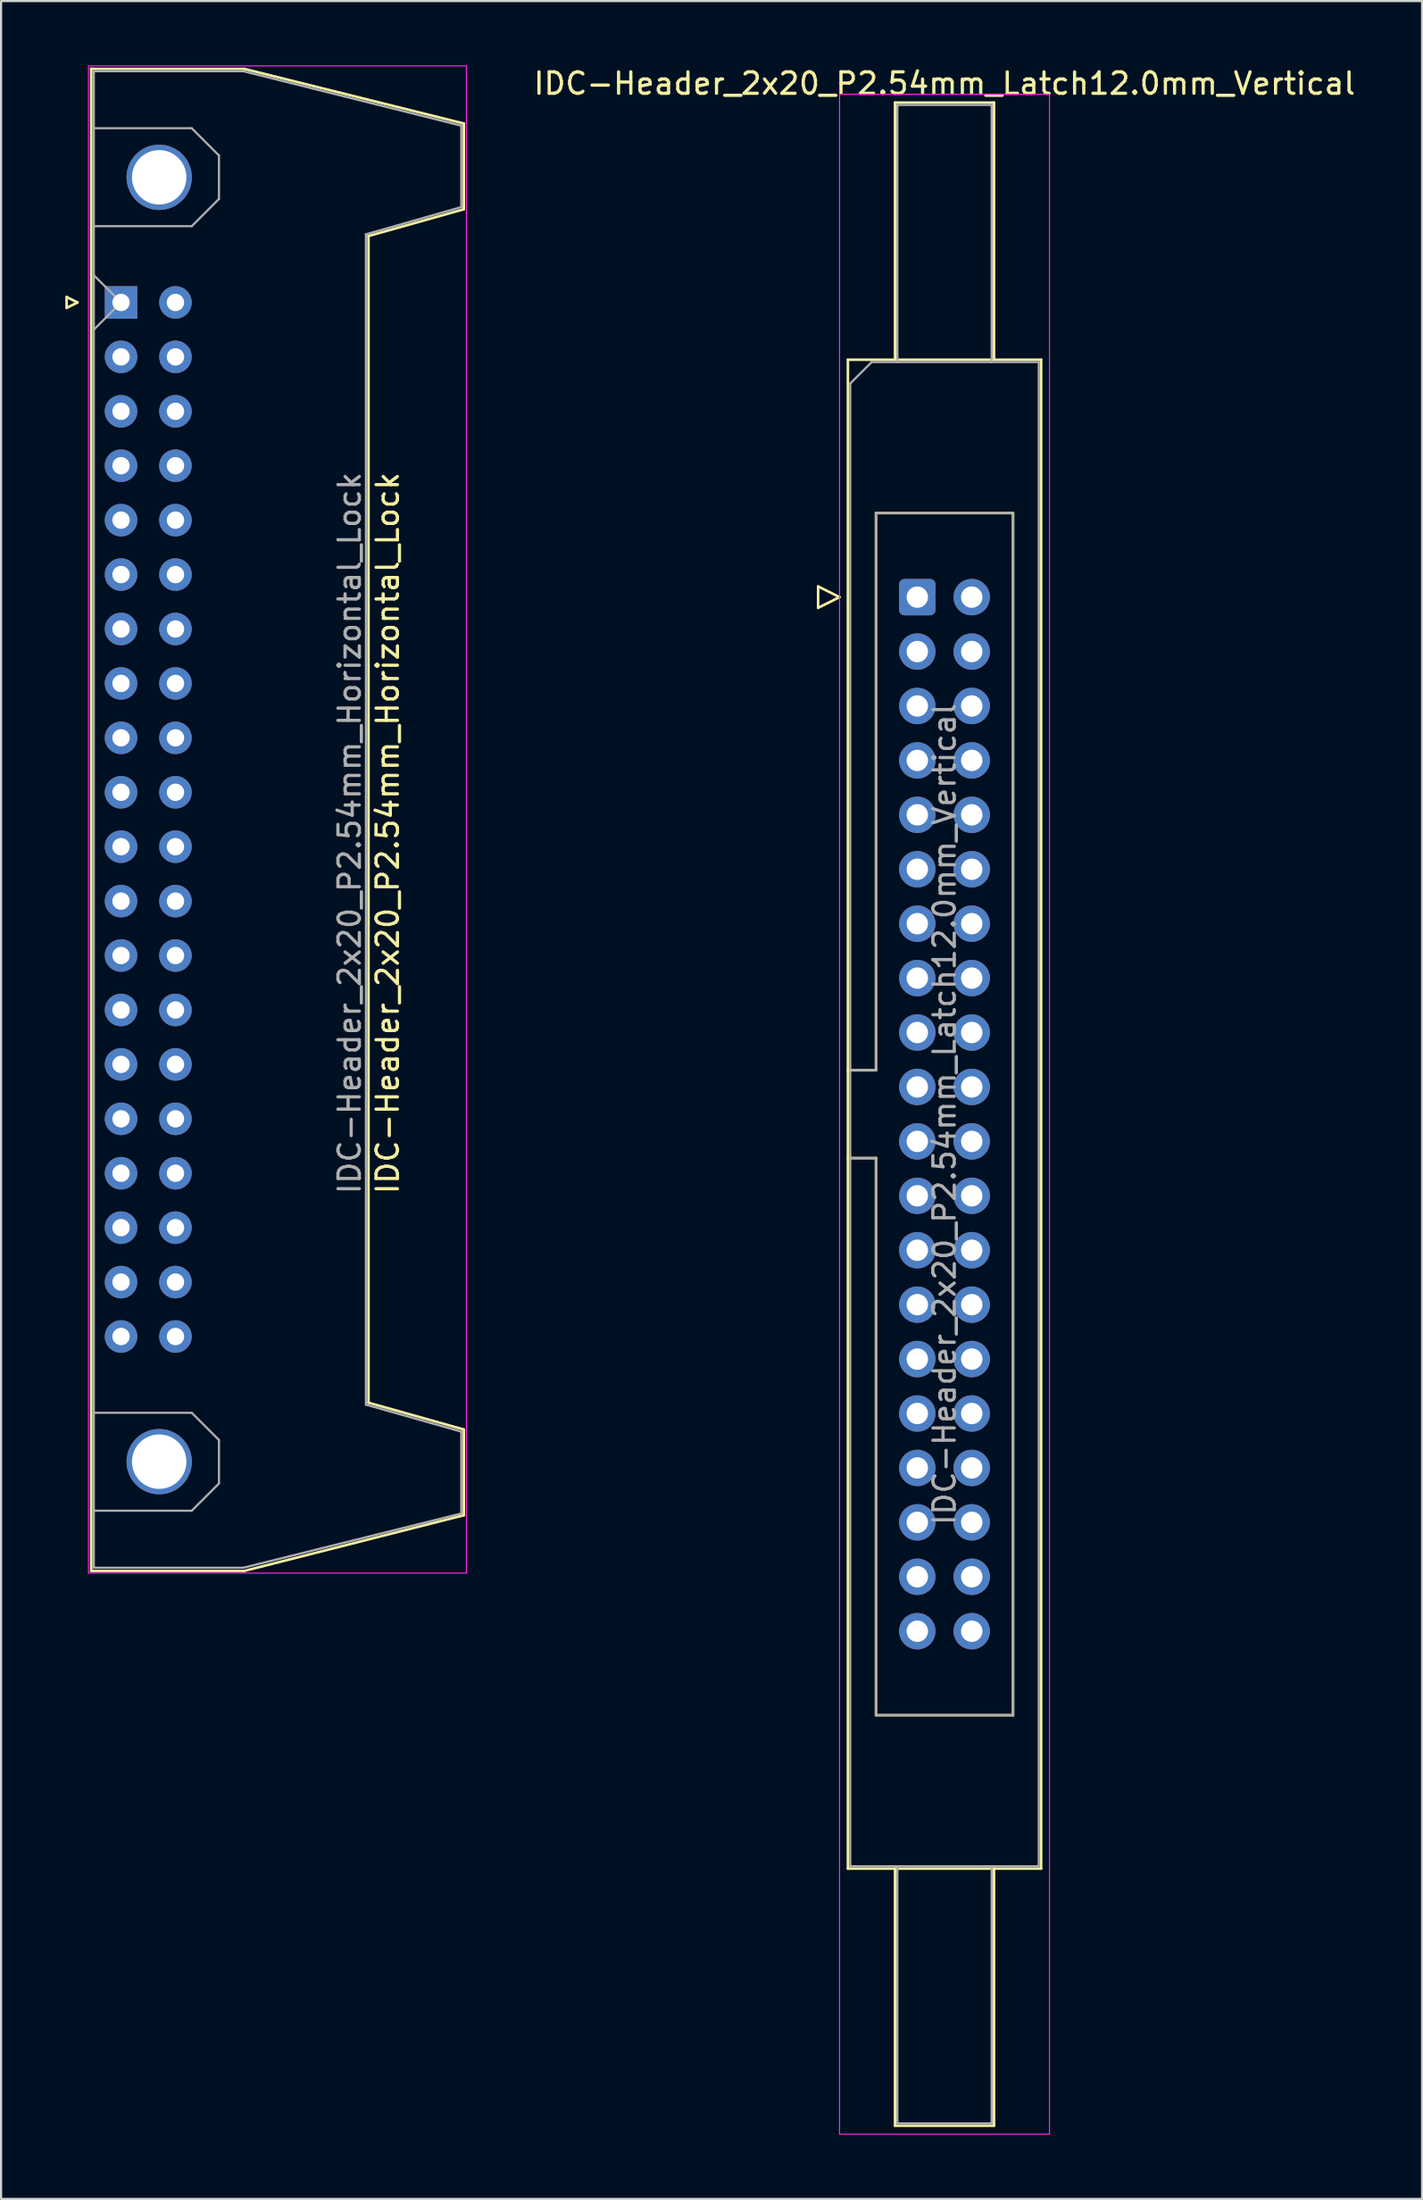
<source format=kicad_pcb>
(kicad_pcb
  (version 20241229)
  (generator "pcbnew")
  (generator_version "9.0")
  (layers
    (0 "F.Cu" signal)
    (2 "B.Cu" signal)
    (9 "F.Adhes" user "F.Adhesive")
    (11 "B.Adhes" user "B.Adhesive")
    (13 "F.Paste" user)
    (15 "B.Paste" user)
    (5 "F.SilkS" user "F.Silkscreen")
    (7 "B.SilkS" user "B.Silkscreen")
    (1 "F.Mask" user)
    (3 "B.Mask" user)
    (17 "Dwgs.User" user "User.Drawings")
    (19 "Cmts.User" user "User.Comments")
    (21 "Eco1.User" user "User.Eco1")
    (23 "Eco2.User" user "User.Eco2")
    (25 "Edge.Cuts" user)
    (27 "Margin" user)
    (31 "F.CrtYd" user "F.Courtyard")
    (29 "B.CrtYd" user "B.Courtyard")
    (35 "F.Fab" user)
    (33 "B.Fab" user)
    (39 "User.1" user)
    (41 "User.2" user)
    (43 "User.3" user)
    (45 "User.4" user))
  (footprint "IDC-Header_2x20_P2.54mm_Horizontal_Lock"
    (layer "F.Cu")
    (at 2.6 11.065)
    (property "Reference" "IDC-Header_2x20_P2.54mm_Horizontal_Lock" (at 12.446 24.765 270) (layer "F.SilkS") (effects (font (size 1 1) (thickness 0.15))))
    (attr through_hole)
    (fp_line (start -2.54 -0.254) (end -2.54 0.254) (stroke (width 0.12) (type solid)) (layer "F.SilkS"))
    (fp_line (start -2.54 0.254) (end -2.032 0) (stroke (width 0.12) (type solid)) (layer "F.SilkS"))
    (fp_line (start -2.032 0) (end -2.54 -0.254) (stroke (width 0.12) (type solid)) (layer "F.SilkS"))
    (fp_line (start -1.4 -10.9) (end 5.75 -10.9) (stroke (width 0.12) (type solid)) (layer "F.SilkS"))
    (fp_line (start -1.4 59.2) (end 5.75 59.2) (stroke (width 0.12) (type solid)) (layer "F.SilkS"))
    (fp_line (start -1.39 59.17) (end -1.39 -10.91) (stroke (width 0.12) (type solid)) (layer "F.SilkS"))
    (fp_line (start 5.75 -10.9) (end 16 -8.35) (stroke (width 0.12) (type solid)) (layer "F.SilkS"))
    (fp_line (start 11.55 -3.1) (end 11.55 51.35) (stroke (width 0.12) (type solid)) (layer "F.SilkS"))
    (fp_line (start 11.55 51.35) (end 16 52.6) (stroke (width 0.12) (type solid)) (layer "F.SilkS"))
    (fp_line (start 16 -8.35) (end 16 -4.4) (stroke (width 0.12) (type solid)) (layer "F.SilkS"))
    (fp_line (start 16 -4.4) (end 16 -4.35) (stroke (width 0.12) (type solid)) (layer "F.SilkS"))
    (fp_line (start 16 -4.35) (end 11.55 -3.1) (stroke (width 0.12) (type solid)) (layer "F.SilkS"))
    (fp_line (start 16 52.6) (end 16 56.6) (stroke (width 0.12) (type solid)) (layer "F.SilkS"))
    (fp_line (start 16 56.6) (end 5.75 59.2) (stroke (width 0.12) (type solid)) (layer "F.SilkS"))
    (fp_line (start -1.52 59.3) (end -1.52 -11.04) (stroke (width 0.05) (type solid)) (layer "F.CrtYd"))
    (fp_line (start -1.52 59.3) (end 16.12 59.3) (stroke (width 0.05) (type solid)) (layer "F.CrtYd"))
    (fp_line (start 16.12 -11.04) (end -1.52 -11.04) (stroke (width 0.05) (type solid)) (layer "F.CrtYd"))
    (fp_line (start 16.12 -11.04) (end 16.12 59.3) (stroke (width 0.05) (type solid)) (layer "F.CrtYd"))
    (fp_line (start -1.27 -10.79) (end -1.27 59.05) (stroke (width 0.1) (type solid)) (layer "F.Fab"))
    (fp_line (start -1.27 -8.13) (end 3.3 -8.13) (stroke (width 0.1) (type solid)) (layer "F.Fab"))
    (fp_line (start -1.27 -1.27) (end 0 0) (stroke (width 0.1) (type solid)) (layer "F.Fab"))
    (fp_line (start -1.27 51.82) (end 3.3 51.82) (stroke (width 0.1) (type solid)) (layer "F.Fab"))
    (fp_line (start -1.27 59.05) (end 5.71 59.05) (stroke (width 0.1) (type solid)) (layer "F.Fab"))
    (fp_line (start 0 0) (end -1.27 1.27) (stroke (width 0.1) (type solid)) (layer "F.Fab"))
    (fp_line (start 3.3 -8.13) (end 4.57 -6.86) (stroke (width 0.1) (type solid)) (layer "F.Fab"))
    (fp_line (start 3.3 -3.56) (end -1.27 -3.56) (stroke (width 0.1) (type solid)) (layer "F.Fab"))
    (fp_line (start 3.3 51.82) (end 4.57 53.09) (stroke (width 0.1) (type solid)) (layer "F.Fab"))
    (fp_line (start 3.3 56.39) (end -1.27 56.39) (stroke (width 0.1) (type solid)) (layer "F.Fab"))
    (fp_line (start 4.57 -6.86) (end 4.57 -4.83) (stroke (width 0.1) (type solid)) (layer "F.Fab"))
    (fp_line (start 4.57 -4.83) (end 3.3 -3.56) (stroke (width 0.1) (type solid)) (layer "F.Fab"))
    (fp_line (start 4.57 53.09) (end 4.57 55.12) (stroke (width 0.1) (type solid)) (layer "F.Fab"))
    (fp_line (start 4.57 55.12) (end 3.3 56.39) (stroke (width 0.1) (type solid)) (layer "F.Fab"))
    (fp_line (start 5.71 -10.79) (end -1.27 -10.79) (stroke (width 0.1) (type solid)) (layer "F.Fab"))
    (fp_line (start 5.71 59.05) (end 15.88 56.52) (stroke (width 0.1) (type solid)) (layer "F.Fab"))
    (fp_line (start 11.43 51.44) (end 11.43 -3.18) (stroke (width 0.1) (type solid)) (layer "F.Fab"))
    (fp_line (start 15.88 -8.25) (end 5.71 -10.79) (stroke (width 0.1) (type solid)) (layer "F.Fab"))
    (fp_line (start 15.88 -8.25) (end 15.88 -4.45) (stroke (width 0.1) (type solid)) (layer "F.Fab"))
    (fp_line (start 15.88 -4.45) (end 11.43 -3.18) (stroke (width 0.1) (type solid)) (layer "F.Fab"))
    (fp_line (start 15.88 52.7) (end 11.43 51.44) (stroke (width 0.1) (type solid)) (layer "F.Fab"))
    (fp_line (start 15.88 56.52) (end 15.88 52.7) (stroke (width 0.1) (type solid)) (layer "F.Fab"))
    (fp_text user "${REFERENCE}" (at 10.668 24.765 90) (layer "F.Fab") (effects (font (size 1 1) (thickness 0.15))))
    (pad "0" thru_hole circle (at 1.78 -5.84 270) (size 3.05 3.05) (drill 2.54) (layers "*.Cu" "*.Mask"))
    (pad "0" thru_hole circle (at 1.78 54.1 270) (size 3.05 3.05) (drill 2.54) (layers "*.Cu" "*.Mask"))
    (pad "1" thru_hole rect (at 0 0 270) (size 1.52 1.52) (drill 0.81) (layers "*.Cu" "*.Mask"))
    (pad "2" thru_hole circle (at 2.54 0 270) (size 1.52 1.52) (drill 0.81) (layers "*.Cu" "*.Mask"))
    (pad "3" thru_hole circle (at 0 2.54 270) (size 1.52 1.52) (drill 0.81) (layers "*.Cu" "*.Mask"))
    (pad "4" thru_hole circle (at 2.54 2.54 270) (size 1.52 1.52) (drill 0.81) (layers "*.Cu" "*.Mask"))
    (pad "5" thru_hole circle (at 0 5.08 270) (size 1.52 1.52) (drill 0.81) (layers "*.Cu" "*.Mask"))
    (pad "6" thru_hole circle (at 2.54 5.08 270) (size 1.52 1.52) (drill 0.81) (layers "*.Cu" "*.Mask"))
    (pad "7" thru_hole circle (at 0 7.62 270) (size 1.52 1.52) (drill 0.81) (layers "*.Cu" "*.Mask"))
    (pad "8" thru_hole circle (at 2.54 7.62 270) (size 1.52 1.52) (drill 0.81) (layers "*.Cu" "*.Mask"))
    (pad "9" thru_hole circle (at 0 10.16 270) (size 1.52 1.52) (drill 0.81) (layers "*.Cu" "*.Mask"))
    (pad "10" thru_hole circle (at 2.54 10.16 270) (size 1.52 1.52) (drill 0.81) (layers "*.Cu" "*.Mask"))
    (pad "11" thru_hole circle (at 0 12.7 270) (size 1.52 1.52) (drill 0.81) (layers "*.Cu" "*.Mask"))
    (pad "12" thru_hole circle (at 2.54 12.7 270) (size 1.52 1.52) (drill 0.81) (layers "*.Cu" "*.Mask"))
    (pad "13" thru_hole circle (at 0 15.24 270) (size 1.52 1.52) (drill 0.81) (layers "*.Cu" "*.Mask"))
    (pad "14" thru_hole circle (at 2.54 15.24 270) (size 1.52 1.52) (drill 0.81) (layers "*.Cu" "*.Mask"))
    (pad "15" thru_hole circle (at 0 17.78 270) (size 1.52 1.52) (drill 0.81) (layers "*.Cu" "*.Mask"))
    (pad "16" thru_hole circle (at 2.54 17.78 270) (size 1.52 1.52) (drill 0.81) (layers "*.Cu" "*.Mask"))
    (pad "17" thru_hole circle (at 0 20.32 270) (size 1.52 1.52) (drill 0.81) (layers "*.Cu" "*.Mask"))
    (pad "18" thru_hole circle (at 2.54 20.32 270) (size 1.52 1.52) (drill 0.81) (layers "*.Cu" "*.Mask"))
    (pad "19" thru_hole circle (at 0 22.86 270) (size 1.52 1.52) (drill 0.81) (layers "*.Cu" "*.Mask"))
    (pad "20" thru_hole circle (at 2.54 22.86 270) (size 1.52 1.52) (drill 0.81) (layers "*.Cu" "*.Mask"))
    (pad "21" thru_hole circle (at 0 25.4 270) (size 1.52 1.52) (drill 0.81) (layers "*.Cu" "*.Mask"))
    (pad "22" thru_hole circle (at 2.54 25.4 270) (size 1.52 1.52) (drill 0.81) (layers "*.Cu" "*.Mask"))
    (pad "23" thru_hole circle (at 0 27.94 270) (size 1.52 1.52) (drill 0.81) (layers "*.Cu" "*.Mask"))
    (pad "24" thru_hole circle (at 2.54 27.94 270) (size 1.52 1.52) (drill 0.81) (layers "*.Cu" "*.Mask"))
    (pad "25" thru_hole circle (at 0 30.48 270) (size 1.52 1.52) (drill 0.81) (layers "*.Cu" "*.Mask"))
    (pad "26" thru_hole circle (at 2.54 30.48 270) (size 1.52 1.52) (drill 0.81) (layers "*.Cu" "*.Mask"))
    (pad "27" thru_hole circle (at 0 33.02 270) (size 1.52 1.52) (drill 0.81) (layers "*.Cu" "*.Mask"))
    (pad "28" thru_hole circle (at 2.54 33.02 270) (size 1.52 1.52) (drill 0.81) (layers "*.Cu" "*.Mask"))
    (pad "29" thru_hole circle (at 0 35.56 270) (size 1.52 1.52) (drill 0.81) (layers "*.Cu" "*.Mask"))
    (pad "30" thru_hole circle (at 2.54 35.56 270) (size 1.52 1.52) (drill 0.81) (layers "*.Cu" "*.Mask"))
    (pad "31" thru_hole circle (at 0 38.1 270) (size 1.52 1.52) (drill 0.81) (layers "*.Cu" "*.Mask"))
    (pad "32" thru_hole circle (at 2.54 38.1 270) (size 1.52 1.52) (drill 0.81) (layers "*.Cu" "*.Mask"))
    (pad "33" thru_hole circle (at 0 40.64 270) (size 1.52 1.52) (drill 0.81) (layers "*.Cu" "*.Mask"))
    (pad "34" thru_hole circle (at 2.54 40.64 270) (size 1.52 1.52) (drill 0.81) (layers "*.Cu" "*.Mask"))
    (pad "35" thru_hole circle (at 0 43.18 270) (size 1.52 1.52) (drill 0.81) (layers "*.Cu" "*.Mask"))
    (pad "36" thru_hole circle (at 2.54 43.18 270) (size 1.52 1.52) (drill 0.81) (layers "*.Cu" "*.Mask"))
    (pad "37" thru_hole circle (at 0 45.72 270) (size 1.52 1.52) (drill 0.81) (layers "*.Cu" "*.Mask"))
    (pad "38" thru_hole circle (at 2.54 45.72 270) (size 1.52 1.52) (drill 0.81) (layers "*.Cu" "*.Mask"))
    (pad "39" thru_hole circle (at 0 48.26 270) (size 1.52 1.52) (drill 0.81) (layers "*.Cu" "*.Mask"))
    (pad "40" thru_hole circle (at 2.54 48.26 270) (size 1.52 1.52) (drill 0.81) (layers "*.Cu" "*.Mask")))
  (footprint "IDC-Header_2x20_P2.54mm_Latch12.0mm_Vertical"
    (layer "F.Cu")
    (at 39.767 24.818)
    (property "Reference" "IDC-Header_2x20_P2.54mm_Latch12.0mm_Vertical" (at 1.27 -23.97 0) (layer "F.SilkS") (effects (font (size 1 1) (thickness 0.15))))
    (attr through_hole)
    (fp_line (start -4.63 -0.5) (end -4.63 0.5) (stroke (width 0.12) (type solid)) (layer "F.SilkS"))
    (fp_line (start -4.63 0.5) (end -3.63 0) (stroke (width 0.12) (type solid)) (layer "F.SilkS"))
    (fp_line (start -3.63 0) (end -4.63 -0.5) (stroke (width 0.12) (type solid)) (layer "F.SilkS"))
    (fp_line (start -3.24 -11.08) (end 5.78 -11.08) (stroke (width 0.12) (type solid)) (layer "F.SilkS"))
    (fp_line (start -3.24 22.08) (end -1.93 22.08) (stroke (width 0.12) (type solid)) (layer "F.SilkS"))
    (fp_line (start -3.24 59.34) (end -3.24 -11.08) (stroke (width 0.12) (type solid)) (layer "F.SilkS"))
    (fp_line (start -1.93 -3.92) (end 4.47 -3.92) (stroke (width 0.12) (type solid)) (layer "F.SilkS"))
    (fp_line (start -1.93 22.08) (end -1.93 -3.92) (stroke (width 0.12) (type solid)) (layer "F.SilkS"))
    (fp_line (start -1.93 26.18) (end -3.24 26.18) (stroke (width 0.12) (type solid)) (layer "F.SilkS"))
    (fp_line (start -1.93 26.18) (end -1.93 26.18) (stroke (width 0.12) (type solid)) (layer "F.SilkS"))
    (fp_line (start -1.93 52.18) (end -1.93 26.18) (stroke (width 0.12) (type solid)) (layer "F.SilkS"))
    (fp_line (start -1.04 -23.08) (end 3.58 -23.08) (stroke (width 0.12) (type solid)) (layer "F.SilkS"))
    (fp_line (start -1.04 -11.08) (end -1.04 -23.08) (stroke (width 0.12) (type solid)) (layer "F.SilkS"))
    (fp_line (start -1.04 59.34) (end -1.04 71.34) (stroke (width 0.12) (type solid)) (layer "F.SilkS"))
    (fp_line (start -1.04 71.34) (end 3.58 71.34) (stroke (width 0.12) (type solid)) (layer "F.SilkS"))
    (fp_line (start 3.58 -23.08) (end 3.58 -11.08) (stroke (width 0.12) (type solid)) (layer "F.SilkS"))
    (fp_line (start 3.58 71.34) (end 3.58 59.34) (stroke (width 0.12) (type solid)) (layer "F.SilkS"))
    (fp_line (start 4.47 -3.92) (end 4.47 52.18) (stroke (width 0.12) (type solid)) (layer "F.SilkS"))
    (fp_line (start 4.47 52.18) (end -1.93 52.18) (stroke (width 0.12) (type solid)) (layer "F.SilkS"))
    (fp_line (start 5.78 -11.08) (end 5.78 59.34) (stroke (width 0.12) (type solid)) (layer "F.SilkS"))
    (fp_line (start 5.78 59.34) (end -3.24 59.34) (stroke (width 0.12) (type solid)) (layer "F.SilkS"))
    (fp_line (start -3.63 -23.47) (end -3.63 71.73) (stroke (width 0.05) (type solid)) (layer "F.CrtYd"))
    (fp_line (start -3.63 71.73) (end 6.17 71.73) (stroke (width 0.05) (type solid)) (layer "F.CrtYd"))
    (fp_line (start 6.17 -23.47) (end -3.63 -23.47) (stroke (width 0.05) (type solid)) (layer "F.CrtYd"))
    (fp_line (start 6.17 71.73) (end 6.17 -23.47) (stroke (width 0.05) (type solid)) (layer "F.CrtYd"))
    (fp_line (start -3.13 -9.97) (end -2.13 -10.97) (stroke (width 0.1) (type solid)) (layer "F.Fab"))
    (fp_line (start -3.13 22.08) (end -1.93 22.08) (stroke (width 0.1) (type solid)) (layer "F.Fab"))
    (fp_line (start -3.13 59.23) (end -3.13 -9.97) (stroke (width 0.1) (type solid)) (layer "F.Fab"))
    (fp_line (start -2.13 -10.97) (end 5.67 -10.97) (stroke (width 0.1) (type solid)) (layer "F.Fab"))
    (fp_line (start -1.93 -3.92) (end 4.47 -3.92) (stroke (width 0.1) (type solid)) (layer "F.Fab"))
    (fp_line (start -1.93 22.08) (end -1.93 -3.92) (stroke (width 0.1) (type solid)) (layer "F.Fab"))
    (fp_line (start -1.93 26.18) (end -3.13 26.18) (stroke (width 0.1) (type solid)) (layer "F.Fab"))
    (fp_line (start -1.93 26.18) (end -1.93 26.18) (stroke (width 0.1) (type solid)) (layer "F.Fab"))
    (fp_line (start -1.93 52.18) (end -1.93 26.18) (stroke (width 0.1) (type solid)) (layer "F.Fab"))
    (fp_line (start -0.93 -22.97) (end 3.47 -22.97) (stroke (width 0.1) (type solid)) (layer "F.Fab"))
    (fp_line (start -0.93 -10.97) (end -0.93 -22.97) (stroke (width 0.1) (type solid)) (layer "F.Fab"))
    (fp_line (start -0.93 59.23) (end -0.93 71.23) (stroke (width 0.1) (type solid)) (layer "F.Fab"))
    (fp_line (start -0.93 71.23) (end 3.47 71.23) (stroke (width 0.1) (type solid)) (layer "F.Fab"))
    (fp_line (start 3.47 -22.97) (end 3.47 -10.97) (stroke (width 0.1) (type solid)) (layer "F.Fab"))
    (fp_line (start 3.47 71.23) (end 3.47 59.23) (stroke (width 0.1) (type solid)) (layer "F.Fab"))
    (fp_line (start 4.47 -3.92) (end 4.47 52.18) (stroke (width 0.1) (type solid)) (layer "F.Fab"))
    (fp_line (start 4.47 52.18) (end -1.93 52.18) (stroke (width 0.1) (type solid)) (layer "F.Fab"))
    (fp_line (start 5.67 -10.97) (end 5.67 59.23) (stroke (width 0.1) (type solid)) (layer "F.Fab"))
    (fp_line (start 5.67 59.23) (end -3.13 59.23) (stroke (width 0.1) (type solid)) (layer "F.Fab"))
    (fp_text user "${REFERENCE}" (at 1.27 24.13 90) (layer "F.Fab") (effects (font (size 1 1) (thickness 0.15))))
    (pad "1" thru_hole roundrect (at 0 0) (size 1.7 1.7) (drill 1) (layers "*.Cu" "*.Mask") (roundrect_rratio 0.147))
    (pad "2" thru_hole circle (at 2.54 0) (size 1.7 1.7) (drill 1) (layers "*.Cu" "*.Mask"))
    (pad "3" thru_hole circle (at 0 2.54) (size 1.7 1.7) (drill 1) (layers "*.Cu" "*.Mask"))
    (pad "4" thru_hole circle (at 2.54 2.54) (size 1.7 1.7) (drill 1) (layers "*.Cu" "*.Mask"))
    (pad "5" thru_hole circle (at 0 5.08) (size 1.7 1.7) (drill 1) (layers "*.Cu" "*.Mask"))
    (pad "6" thru_hole circle (at 2.54 5.08) (size 1.7 1.7) (drill 1) (layers "*.Cu" "*.Mask"))
    (pad "7" thru_hole circle (at 0 7.62) (size 1.7 1.7) (drill 1) (layers "*.Cu" "*.Mask"))
    (pad "8" thru_hole circle (at 2.54 7.62) (size 1.7 1.7) (drill 1) (layers "*.Cu" "*.Mask"))
    (pad "9" thru_hole circle (at 0 10.16) (size 1.7 1.7) (drill 1) (layers "*.Cu" "*.Mask"))
    (pad "10" thru_hole circle (at 2.54 10.16) (size 1.7 1.7) (drill 1) (layers "*.Cu" "*.Mask"))
    (pad "11" thru_hole circle (at 0 12.7) (size 1.7 1.7) (drill 1) (layers "*.Cu" "*.Mask"))
    (pad "12" thru_hole circle (at 2.54 12.7) (size 1.7 1.7) (drill 1) (layers "*.Cu" "*.Mask"))
    (pad "13" thru_hole circle (at 0 15.24) (size 1.7 1.7) (drill 1) (layers "*.Cu" "*.Mask"))
    (pad "14" thru_hole circle (at 2.54 15.24) (size 1.7 1.7) (drill 1) (layers "*.Cu" "*.Mask"))
    (pad "15" thru_hole circle (at 0 17.78) (size 1.7 1.7) (drill 1) (layers "*.Cu" "*.Mask"))
    (pad "16" thru_hole circle (at 2.54 17.78) (size 1.7 1.7) (drill 1) (layers "*.Cu" "*.Mask"))
    (pad "17" thru_hole circle (at 0 20.32) (size 1.7 1.7) (drill 1) (layers "*.Cu" "*.Mask"))
    (pad "18" thru_hole circle (at 2.54 20.32) (size 1.7 1.7) (drill 1) (layers "*.Cu" "*.Mask"))
    (pad "19" thru_hole circle (at 0 22.86) (size 1.7 1.7) (drill 1) (layers "*.Cu" "*.Mask"))
    (pad "20" thru_hole circle (at 2.54 22.86) (size 1.7 1.7) (drill 1) (layers "*.Cu" "*.Mask"))
    (pad "21" thru_hole circle (at 0 25.4) (size 1.7 1.7) (drill 1) (layers "*.Cu" "*.Mask"))
    (pad "22" thru_hole circle (at 2.54 25.4) (size 1.7 1.7) (drill 1) (layers "*.Cu" "*.Mask"))
    (pad "23" thru_hole circle (at 0 27.94) (size 1.7 1.7) (drill 1) (layers "*.Cu" "*.Mask"))
    (pad "24" thru_hole circle (at 2.54 27.94) (size 1.7 1.7) (drill 1) (layers "*.Cu" "*.Mask"))
    (pad "25" thru_hole circle (at 0 30.48) (size 1.7 1.7) (drill 1) (layers "*.Cu" "*.Mask"))
    (pad "26" thru_hole circle (at 2.54 30.48) (size 1.7 1.7) (drill 1) (layers "*.Cu" "*.Mask"))
    (pad "27" thru_hole circle (at 0 33.02) (size 1.7 1.7) (drill 1) (layers "*.Cu" "*.Mask"))
    (pad "28" thru_hole circle (at 2.54 33.02) (size 1.7 1.7) (drill 1) (layers "*.Cu" "*.Mask"))
    (pad "29" thru_hole circle (at 0 35.56) (size 1.7 1.7) (drill 1) (layers "*.Cu" "*.Mask"))
    (pad "30" thru_hole circle (at 2.54 35.56) (size 1.7 1.7) (drill 1) (layers "*.Cu" "*.Mask"))
    (pad "31" thru_hole circle (at 0 38.1) (size 1.7 1.7) (drill 1) (layers "*.Cu" "*.Mask"))
    (pad "32" thru_hole circle (at 2.54 38.1) (size 1.7 1.7) (drill 1) (layers "*.Cu" "*.Mask"))
    (pad "33" thru_hole circle (at 0 40.64) (size 1.7 1.7) (drill 1) (layers "*.Cu" "*.Mask"))
    (pad "34" thru_hole circle (at 2.54 40.64) (size 1.7 1.7) (drill 1) (layers "*.Cu" "*.Mask"))
    (pad "35" thru_hole circle (at 0 43.18) (size 1.7 1.7) (drill 1) (layers "*.Cu" "*.Mask"))
    (pad "36" thru_hole circle (at 2.54 43.18) (size 1.7 1.7) (drill 1) (layers "*.Cu" "*.Mask"))
    (pad "37" thru_hole circle (at 0 45.72) (size 1.7 1.7) (drill 1) (layers "*.Cu" "*.Mask"))
    (pad "38" thru_hole circle (at 2.54 45.72) (size 1.7 1.7) (drill 1) (layers "*.Cu" "*.Mask"))
    (pad "39" thru_hole circle (at 0 48.26) (size 1.7 1.7) (drill 1) (layers "*.Cu" "*.Mask"))
    (pad "40" thru_hole circle (at 2.54 48.26) (size 1.7 1.7) (drill 1) (layers "*.Cu" "*.Mask")))
  (gr_rect
    (start -3 -3)
    (end 63.328 99.573)
    (stroke (width 0.1) (type default))
    (fill no)
    (layer "Edge.Cuts")))
</source>
